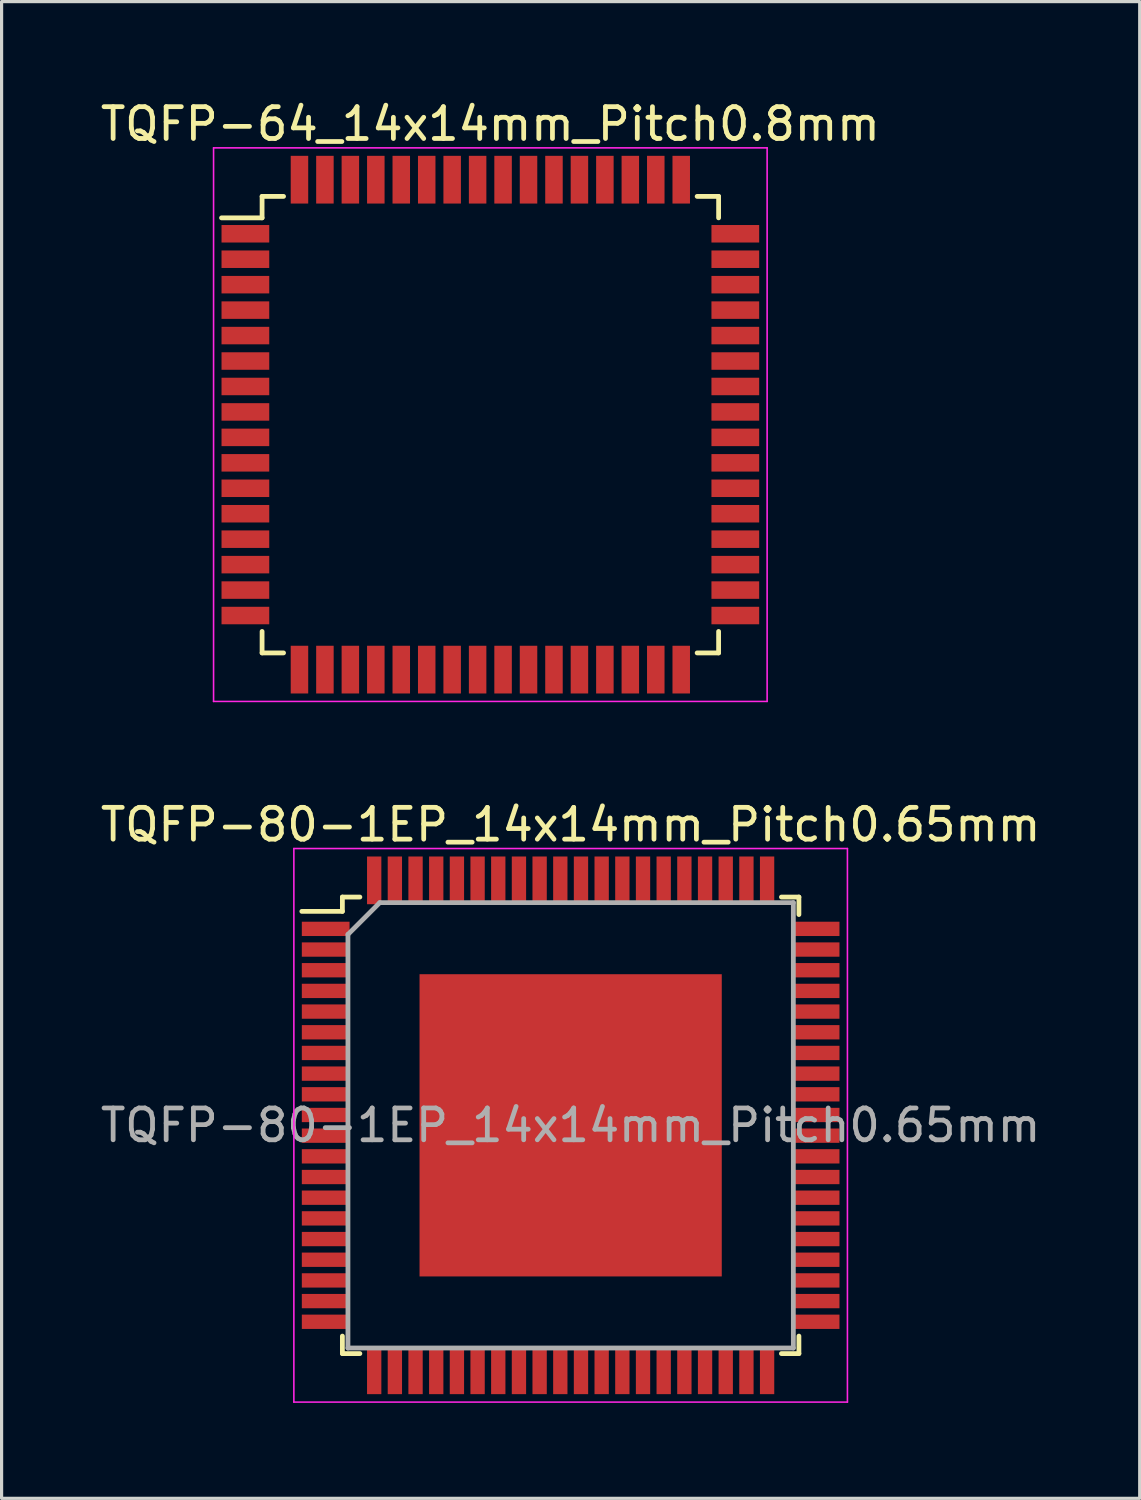
<source format=kicad_pcb>
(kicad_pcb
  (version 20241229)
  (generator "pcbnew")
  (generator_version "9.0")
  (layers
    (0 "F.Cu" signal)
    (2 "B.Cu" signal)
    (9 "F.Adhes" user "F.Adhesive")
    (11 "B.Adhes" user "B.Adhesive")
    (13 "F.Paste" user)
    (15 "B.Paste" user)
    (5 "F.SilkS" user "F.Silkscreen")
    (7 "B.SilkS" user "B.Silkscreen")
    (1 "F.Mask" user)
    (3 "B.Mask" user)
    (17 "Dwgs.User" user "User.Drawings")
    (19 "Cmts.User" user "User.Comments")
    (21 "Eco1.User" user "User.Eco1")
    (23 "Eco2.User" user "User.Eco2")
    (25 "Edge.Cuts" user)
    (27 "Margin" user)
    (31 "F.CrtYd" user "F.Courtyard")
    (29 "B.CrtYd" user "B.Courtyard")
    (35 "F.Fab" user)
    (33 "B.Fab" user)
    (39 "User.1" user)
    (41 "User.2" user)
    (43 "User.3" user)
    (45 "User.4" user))
  (footprint "TQFP-80-1EP_14x14mm_Pitch0.65mm"
    (layer "F.Cu")
    (at 14.887 32.322)
    (property "Reference" "TQFP-80-1EP_14x14mm_Pitch0.65mm" (at 0 -9.45 0) (layer "F.SilkS") (effects (font (size 1 1) (thickness 0.15))))
    (attr smd)
    (fp_line (start -7.175 -7.175) (end -7.175 -6.725) (stroke (width 0.15) (type solid)) (layer "F.SilkS"))
    (fp_line (start -7.175 -7.175) (end -6.625 -7.175) (stroke (width 0.15) (type solid)) (layer "F.SilkS"))
    (fp_line (start -7.175 -6.725) (end -8.45 -6.725) (stroke (width 0.15) (type solid)) (layer "F.SilkS"))
    (fp_line (start -7.175 7.175) (end -7.175 6.625) (stroke (width 0.15) (type solid)) (layer "F.SilkS"))
    (fp_line (start -7.175 7.175) (end -6.625 7.175) (stroke (width 0.15) (type solid)) (layer "F.SilkS"))
    (fp_line (start 7.175 -7.175) (end 6.625 -7.175) (stroke (width 0.15) (type solid)) (layer "F.SilkS"))
    (fp_line (start 7.175 -7.175) (end 7.175 -6.625) (stroke (width 0.15) (type solid)) (layer "F.SilkS"))
    (fp_line (start 7.175 7.175) (end 6.625 7.175) (stroke (width 0.15) (type solid)) (layer "F.SilkS"))
    (fp_line (start 7.175 7.175) (end 7.175 6.625) (stroke (width 0.15) (type solid)) (layer "F.SilkS"))
    (fp_line (start -8.7 -8.7) (end -8.7 8.7) (stroke (width 0.05) (type solid)) (layer "F.CrtYd"))
    (fp_line (start -8.7 -8.7) (end 8.7 -8.7) (stroke (width 0.05) (type solid)) (layer "F.CrtYd"))
    (fp_line (start -8.7 8.7) (end 8.7 8.7) (stroke (width 0.05) (type solid)) (layer "F.CrtYd"))
    (fp_line (start 8.7 -8.7) (end 8.7 8.7) (stroke (width 0.05) (type solid)) (layer "F.CrtYd"))
    (fp_line (start -7 -6) (end -6 -7) (stroke (width 0.15) (type solid)) (layer "F.Fab"))
    (fp_line (start -7 7) (end -7 -6) (stroke (width 0.15) (type solid)) (layer "F.Fab"))
    (fp_line (start -6 -7) (end 7 -7) (stroke (width 0.15) (type solid)) (layer "F.Fab"))
    (fp_line (start 7 -7) (end 7 7) (stroke (width 0.15) (type solid)) (layer "F.Fab"))
    (fp_line (start 7 7) (end -7 7) (stroke (width 0.15) (type solid)) (layer "F.Fab"))
    (fp_text user "${REFERENCE}" (at 0 0 0) (layer "F.Fab") (effects (font (size 1 1) (thickness 0.15))))
    (pad "" smd rect (at -2.375 -2.375) (size 3.8 3.8) (layers "F.Paste"))
    (pad "" smd rect (at -2.375 2.375) (size 3.8 3.8) (layers "F.Paste"))
    (pad "" smd rect (at 2.375 -2.375) (size 3.8 3.8) (layers "F.Paste"))
    (pad "" smd rect (at 2.375 2.375) (size 3.8 3.8) (layers "F.Paste"))
    (pad "1" smd rect (at -7.7 -6.175) (size 1.5 0.45) (layers "F.Cu" "F.Mask" "F.Paste"))
    (pad "2" smd rect (at -7.7 -5.525) (size 1.5 0.45) (layers "F.Cu" "F.Mask" "F.Paste"))
    (pad "3" smd rect (at -7.7 -4.875) (size 1.5 0.45) (layers "F.Cu" "F.Mask" "F.Paste"))
    (pad "4" smd rect (at -7.7 -4.225) (size 1.5 0.45) (layers "F.Cu" "F.Mask" "F.Paste"))
    (pad "5" smd rect (at -7.7 -3.575) (size 1.5 0.45) (layers "F.Cu" "F.Mask" "F.Paste"))
    (pad "6" smd rect (at -7.7 -2.925) (size 1.5 0.45) (layers "F.Cu" "F.Mask" "F.Paste"))
    (pad "7" smd rect (at -7.7 -2.275) (size 1.5 0.45) (layers "F.Cu" "F.Mask" "F.Paste"))
    (pad "8" smd rect (at -7.7 -1.625) (size 1.5 0.45) (layers "F.Cu" "F.Mask" "F.Paste"))
    (pad "9" smd rect (at -7.7 -0.975) (size 1.5 0.45) (layers "F.Cu" "F.Mask" "F.Paste"))
    (pad "10" smd rect (at -7.7 -0.325) (size 1.5 0.45) (layers "F.Cu" "F.Mask" "F.Paste"))
    (pad "11" smd rect (at -7.7 0.325) (size 1.5 0.45) (layers "F.Cu" "F.Mask" "F.Paste"))
    (pad "12" smd rect (at -7.7 0.975) (size 1.5 0.45) (layers "F.Cu" "F.Mask" "F.Paste"))
    (pad "13" smd rect (at -7.7 1.625) (size 1.5 0.45) (layers "F.Cu" "F.Mask" "F.Paste"))
    (pad "14" smd rect (at -7.7 2.275) (size 1.5 0.45) (layers "F.Cu" "F.Mask" "F.Paste"))
    (pad "15" smd rect (at -7.7 2.925) (size 1.5 0.45) (layers "F.Cu" "F.Mask" "F.Paste"))
    (pad "16" smd rect (at -7.7 3.575) (size 1.5 0.45) (layers "F.Cu" "F.Mask" "F.Paste"))
    (pad "17" smd rect (at -7.7 4.225) (size 1.5 0.45) (layers "F.Cu" "F.Mask" "F.Paste"))
    (pad "18" smd rect (at -7.7 4.875) (size 1.5 0.45) (layers "F.Cu" "F.Mask" "F.Paste"))
    (pad "19" smd rect (at -7.7 5.525) (size 1.5 0.45) (layers "F.Cu" "F.Mask" "F.Paste"))
    (pad "20" smd rect (at -7.7 6.175) (size 1.5 0.45) (layers "F.Cu" "F.Mask" "F.Paste"))
    (pad "21" smd rect (at -6.175 7.7 90) (size 1.5 0.45) (layers "F.Cu" "F.Mask" "F.Paste"))
    (pad "22" smd rect (at -5.525 7.7 90) (size 1.5 0.45) (layers "F.Cu" "F.Mask" "F.Paste"))
    (pad "23" smd rect (at -4.875 7.7 90) (size 1.5 0.45) (layers "F.Cu" "F.Mask" "F.Paste"))
    (pad "24" smd rect (at -4.225 7.7 90) (size 1.5 0.45) (layers "F.Cu" "F.Mask" "F.Paste"))
    (pad "25" smd rect (at -3.575 7.7 90) (size 1.5 0.45) (layers "F.Cu" "F.Mask" "F.Paste"))
    (pad "26" smd rect (at -2.925 7.7 90) (size 1.5 0.45) (layers "F.Cu" "F.Mask" "F.Paste"))
    (pad "27" smd rect (at -2.275 7.7 90) (size 1.5 0.45) (layers "F.Cu" "F.Mask" "F.Paste"))
    (pad "28" smd rect (at -1.625 7.7 90) (size 1.5 0.45) (layers "F.Cu" "F.Mask" "F.Paste"))
    (pad "29" smd rect (at -0.975 7.7 90) (size 1.5 0.45) (layers "F.Cu" "F.Mask" "F.Paste"))
    (pad "30" smd rect (at -0.325 7.7 90) (size 1.5 0.45) (layers "F.Cu" "F.Mask" "F.Paste"))
    (pad "31" smd rect (at 0.325 7.7 90) (size 1.5 0.45) (layers "F.Cu" "F.Mask" "F.Paste"))
    (pad "32" smd rect (at 0.975 7.7 90) (size 1.5 0.45) (layers "F.Cu" "F.Mask" "F.Paste"))
    (pad "33" smd rect (at 1.625 7.7 90) (size 1.5 0.45) (layers "F.Cu" "F.Mask" "F.Paste"))
    (pad "34" smd rect (at 2.275 7.7 90) (size 1.5 0.45) (layers "F.Cu" "F.Mask" "F.Paste"))
    (pad "35" smd rect (at 2.925 7.7 90) (size 1.5 0.45) (layers "F.Cu" "F.Mask" "F.Paste"))
    (pad "36" smd rect (at 3.575 7.7 90) (size 1.5 0.45) (layers "F.Cu" "F.Mask" "F.Paste"))
    (pad "37" smd rect (at 4.225 7.7 90) (size 1.5 0.45) (layers "F.Cu" "F.Mask" "F.Paste"))
    (pad "38" smd rect (at 4.875 7.7 90) (size 1.5 0.45) (layers "F.Cu" "F.Mask" "F.Paste"))
    (pad "39" smd rect (at 5.525 7.7 90) (size 1.5 0.45) (layers "F.Cu" "F.Mask" "F.Paste"))
    (pad "40" smd rect (at 6.175 7.7 90) (size 1.5 0.45) (layers "F.Cu" "F.Mask" "F.Paste"))
    (pad "41" smd rect (at 7.7 6.175) (size 1.5 0.45) (layers "F.Cu" "F.Mask" "F.Paste"))
    (pad "42" smd rect (at 7.7 5.525) (size 1.5 0.45) (layers "F.Cu" "F.Mask" "F.Paste"))
    (pad "43" smd rect (at 7.7 4.875) (size 1.5 0.45) (layers "F.Cu" "F.Mask" "F.Paste"))
    (pad "44" smd rect (at 7.7 4.225) (size 1.5 0.45) (layers "F.Cu" "F.Mask" "F.Paste"))
    (pad "45" smd rect (at 7.7 3.575) (size 1.5 0.45) (layers "F.Cu" "F.Mask" "F.Paste"))
    (pad "46" smd rect (at 7.7 2.925) (size 1.5 0.45) (layers "F.Cu" "F.Mask" "F.Paste"))
    (pad "47" smd rect (at 7.7 2.275) (size 1.5 0.45) (layers "F.Cu" "F.Mask" "F.Paste"))
    (pad "48" smd rect (at 7.7 1.625) (size 1.5 0.45) (layers "F.Cu" "F.Mask" "F.Paste"))
    (pad "49" smd rect (at 7.7 0.975) (size 1.5 0.45) (layers "F.Cu" "F.Mask" "F.Paste"))
    (pad "50" smd rect (at 7.7 0.325) (size 1.5 0.45) (layers "F.Cu" "F.Mask" "F.Paste"))
    (pad "51" smd rect (at 7.7 -0.325) (size 1.5 0.45) (layers "F.Cu" "F.Mask" "F.Paste"))
    (pad "52" smd rect (at 7.7 -0.975) (size 1.5 0.45) (layers "F.Cu" "F.Mask" "F.Paste"))
    (pad "53" smd rect (at 7.7 -1.625) (size 1.5 0.45) (layers "F.Cu" "F.Mask" "F.Paste"))
    (pad "54" smd rect (at 7.7 -2.275) (size 1.5 0.45) (layers "F.Cu" "F.Mask" "F.Paste"))
    (pad "55" smd rect (at 7.7 -2.925) (size 1.5 0.45) (layers "F.Cu" "F.Mask" "F.Paste"))
    (pad "56" smd rect (at 7.7 -3.575) (size 1.5 0.45) (layers "F.Cu" "F.Mask" "F.Paste"))
    (pad "57" smd rect (at 7.7 -4.225) (size 1.5 0.45) (layers "F.Cu" "F.Mask" "F.Paste"))
    (pad "58" smd rect (at 7.7 -4.875) (size 1.5 0.45) (layers "F.Cu" "F.Mask" "F.Paste"))
    (pad "59" smd rect (at 7.7 -5.525) (size 1.5 0.45) (layers "F.Cu" "F.Mask" "F.Paste"))
    (pad "60" smd rect (at 7.7 -6.175) (size 1.5 0.45) (layers "F.Cu" "F.Mask" "F.Paste"))
    (pad "61" smd rect (at 6.175 -7.7 90) (size 1.5 0.45) (layers "F.Cu" "F.Mask" "F.Paste"))
    (pad "62" smd rect (at 5.525 -7.7 90) (size 1.5 0.45) (layers "F.Cu" "F.Mask" "F.Paste"))
    (pad "63" smd rect (at 4.875 -7.7 90) (size 1.5 0.45) (layers "F.Cu" "F.Mask" "F.Paste"))
    (pad "64" smd rect (at 4.225 -7.7 90) (size 1.5 0.45) (layers "F.Cu" "F.Mask" "F.Paste"))
    (pad "65" smd rect (at 3.575 -7.7 90) (size 1.5 0.45) (layers "F.Cu" "F.Mask" "F.Paste"))
    (pad "66" smd rect (at 2.925 -7.7 90) (size 1.5 0.45) (layers "F.Cu" "F.Mask" "F.Paste"))
    (pad "67" smd rect (at 2.275 -7.7 90) (size 1.5 0.45) (layers "F.Cu" "F.Mask" "F.Paste"))
    (pad "68" smd rect (at 1.625 -7.7 90) (size 1.5 0.45) (layers "F.Cu" "F.Mask" "F.Paste"))
    (pad "69" smd rect (at 0.975 -7.7 90) (size 1.5 0.45) (layers "F.Cu" "F.Mask" "F.Paste"))
    (pad "70" smd rect (at 0.325 -7.7 90) (size 1.5 0.45) (layers "F.Cu" "F.Mask" "F.Paste"))
    (pad "71" smd rect (at -0.325 -7.7 90) (size 1.5 0.45) (layers "F.Cu" "F.Mask" "F.Paste"))
    (pad "72" smd rect (at -0.975 -7.7 90) (size 1.5 0.45) (layers "F.Cu" "F.Mask" "F.Paste"))
    (pad "73" smd rect (at -1.625 -7.7 90) (size 1.5 0.45) (layers "F.Cu" "F.Mask" "F.Paste"))
    (pad "74" smd rect (at -2.275 -7.7 90) (size 1.5 0.45) (layers "F.Cu" "F.Mask" "F.Paste"))
    (pad "75" smd rect (at -2.925 -7.7 90) (size 1.5 0.45) (layers "F.Cu" "F.Mask" "F.Paste"))
    (pad "76" smd rect (at -3.575 -7.7 90) (size 1.5 0.45) (layers "F.Cu" "F.Mask" "F.Paste"))
    (pad "77" smd rect (at -4.225 -7.7 90) (size 1.5 0.45) (layers "F.Cu" "F.Mask" "F.Paste"))
    (pad "78" smd rect (at -4.875 -7.7 90) (size 1.5 0.45) (layers "F.Cu" "F.Mask" "F.Paste"))
    (pad "79" smd rect (at -5.525 -7.7 90) (size 1.5 0.45) (layers "F.Cu" "F.Mask" "F.Paste"))
    (pad "80" smd rect (at -6.175 -7.7 90) (size 1.5 0.45) (layers "F.Cu" "F.Mask" "F.Paste"))
    (pad "81" smd rect (at 0 0) (size 9.5 9.5) (layers "F.Cu" "F.Mask")))
  (footprint "TQFP-64_14x14mm_Pitch0.8mm"
    (layer "F.Cu")
    (at 12.363 10.298)
    (property "Reference" "TQFP-64_14x14mm_Pitch0.8mm" (at 0 -9.45 0) (layer "F.SilkS") (effects (font (size 1 1) (thickness 0.15))))
    (attr smd)
    (fp_line (start -7.175 -7.175) (end -7.175 -6.5) (stroke (width 0.15) (type solid)) (layer "F.SilkS"))
    (fp_line (start -7.175 -7.175) (end -6.5 -7.175) (stroke (width 0.15) (type solid)) (layer "F.SilkS"))
    (fp_line (start -7.175 -6.5) (end -8.45 -6.5) (stroke (width 0.15) (type solid)) (layer "F.SilkS"))
    (fp_line (start -7.175 7.175) (end -7.175 6.5) (stroke (width 0.15) (type solid)) (layer "F.SilkS"))
    (fp_line (start -7.175 7.175) (end -6.5 7.175) (stroke (width 0.15) (type solid)) (layer "F.SilkS"))
    (fp_line (start 7.175 -7.175) (end 6.5 -7.175) (stroke (width 0.15) (type solid)) (layer "F.SilkS"))
    (fp_line (start 7.175 -7.175) (end 7.175 -6.5) (stroke (width 0.15) (type solid)) (layer "F.SilkS"))
    (fp_line (start 7.175 7.175) (end 6.5 7.175) (stroke (width 0.15) (type solid)) (layer "F.SilkS"))
    (fp_line (start 7.175 7.175) (end 7.175 6.5) (stroke (width 0.15) (type solid)) (layer "F.SilkS"))
    (fp_line (start -8.7 -8.7) (end -8.7 8.7) (stroke (width 0.05) (type solid)) (layer "F.CrtYd"))
    (fp_line (start -8.7 -8.7) (end 8.7 -8.7) (stroke (width 0.05) (type solid)) (layer "F.CrtYd"))
    (fp_line (start -8.7 8.7) (end 8.7 8.7) (stroke (width 0.05) (type solid)) (layer "F.CrtYd"))
    (fp_line (start 8.7 -8.7) (end 8.7 8.7) (stroke (width 0.05) (type solid)) (layer "F.CrtYd"))
    (pad "1" smd rect (at -7.7 -6) (size 1.5 0.55) (layers "F.Cu" "F.Mask" "F.Paste"))
    (pad "2" smd rect (at -7.7 -5.2) (size 1.5 0.55) (layers "F.Cu" "F.Mask" "F.Paste"))
    (pad "3" smd rect (at -7.7 -4.4) (size 1.5 0.55) (layers "F.Cu" "F.Mask" "F.Paste"))
    (pad "4" smd rect (at -7.7 -3.6) (size 1.5 0.55) (layers "F.Cu" "F.Mask" "F.Paste"))
    (pad "5" smd rect (at -7.7 -2.8) (size 1.5 0.55) (layers "F.Cu" "F.Mask" "F.Paste"))
    (pad "6" smd rect (at -7.7 -2) (size 1.5 0.55) (layers "F.Cu" "F.Mask" "F.Paste"))
    (pad "7" smd rect (at -7.7 -1.2) (size 1.5 0.55) (layers "F.Cu" "F.Mask" "F.Paste"))
    (pad "8" smd rect (at -7.7 -0.4) (size 1.5 0.55) (layers "F.Cu" "F.Mask" "F.Paste"))
    (pad "9" smd rect (at -7.7 0.4) (size 1.5 0.55) (layers "F.Cu" "F.Mask" "F.Paste"))
    (pad "10" smd rect (at -7.7 1.2) (size 1.5 0.55) (layers "F.Cu" "F.Mask" "F.Paste"))
    (pad "11" smd rect (at -7.7 2) (size 1.5 0.55) (layers "F.Cu" "F.Mask" "F.Paste"))
    (pad "12" smd rect (at -7.7 2.8) (size 1.5 0.55) (layers "F.Cu" "F.Mask" "F.Paste"))
    (pad "13" smd rect (at -7.7 3.6) (size 1.5 0.55) (layers "F.Cu" "F.Mask" "F.Paste"))
    (pad "14" smd rect (at -7.7 4.4) (size 1.5 0.55) (layers "F.Cu" "F.Mask" "F.Paste"))
    (pad "15" smd rect (at -7.7 5.2) (size 1.5 0.55) (layers "F.Cu" "F.Mask" "F.Paste"))
    (pad "16" smd rect (at -7.7 6) (size 1.5 0.55) (layers "F.Cu" "F.Mask" "F.Paste"))
    (pad "17" smd rect (at -6 7.7 90) (size 1.5 0.55) (layers "F.Cu" "F.Mask" "F.Paste"))
    (pad "18" smd rect (at -5.2 7.7 90) (size 1.5 0.55) (layers "F.Cu" "F.Mask" "F.Paste"))
    (pad "19" smd rect (at -4.4 7.7 90) (size 1.5 0.55) (layers "F.Cu" "F.Mask" "F.Paste"))
    (pad "20" smd rect (at -3.6 7.7 90) (size 1.5 0.55) (layers "F.Cu" "F.Mask" "F.Paste"))
    (pad "21" smd rect (at -2.8 7.7 90) (size 1.5 0.55) (layers "F.Cu" "F.Mask" "F.Paste"))
    (pad "22" smd rect (at -2 7.7 90) (size 1.5 0.55) (layers "F.Cu" "F.Mask" "F.Paste"))
    (pad "23" smd rect (at -1.2 7.7 90) (size 1.5 0.55) (layers "F.Cu" "F.Mask" "F.Paste"))
    (pad "24" smd rect (at -0.4 7.7 90) (size 1.5 0.55) (layers "F.Cu" "F.Mask" "F.Paste"))
    (pad "25" smd rect (at 0.4 7.7 90) (size 1.5 0.55) (layers "F.Cu" "F.Mask" "F.Paste"))
    (pad "26" smd rect (at 1.2 7.7 90) (size 1.5 0.55) (layers "F.Cu" "F.Mask" "F.Paste"))
    (pad "27" smd rect (at 2 7.7 90) (size 1.5 0.55) (layers "F.Cu" "F.Mask" "F.Paste"))
    (pad "28" smd rect (at 2.8 7.7 90) (size 1.5 0.55) (layers "F.Cu" "F.Mask" "F.Paste"))
    (pad "29" smd rect (at 3.6 7.7 90) (size 1.5 0.55) (layers "F.Cu" "F.Mask" "F.Paste"))
    (pad "30" smd rect (at 4.4 7.7 90) (size 1.5 0.55) (layers "F.Cu" "F.Mask" "F.Paste"))
    (pad "31" smd rect (at 5.2 7.7 90) (size 1.5 0.55) (layers "F.Cu" "F.Mask" "F.Paste"))
    (pad "32" smd rect (at 6 7.7 90) (size 1.5 0.55) (layers "F.Cu" "F.Mask" "F.Paste"))
    (pad "33" smd rect (at 7.7 6) (size 1.5 0.55) (layers "F.Cu" "F.Mask" "F.Paste"))
    (pad "34" smd rect (at 7.7 5.2) (size 1.5 0.55) (layers "F.Cu" "F.Mask" "F.Paste"))
    (pad "35" smd rect (at 7.7 4.4) (size 1.5 0.55) (layers "F.Cu" "F.Mask" "F.Paste"))
    (pad "36" smd rect (at 7.7 3.6) (size 1.5 0.55) (layers "F.Cu" "F.Mask" "F.Paste"))
    (pad "37" smd rect (at 7.7 2.8) (size 1.5 0.55) (layers "F.Cu" "F.Mask" "F.Paste"))
    (pad "38" smd rect (at 7.7 2) (size 1.5 0.55) (layers "F.Cu" "F.Mask" "F.Paste"))
    (pad "39" smd rect (at 7.7 1.2) (size 1.5 0.55) (layers "F.Cu" "F.Mask" "F.Paste"))
    (pad "40" smd rect (at 7.7 0.4) (size 1.5 0.55) (layers "F.Cu" "F.Mask" "F.Paste"))
    (pad "41" smd rect (at 7.7 -0.4) (size 1.5 0.55) (layers "F.Cu" "F.Mask" "F.Paste"))
    (pad "42" smd rect (at 7.7 -1.2) (size 1.5 0.55) (layers "F.Cu" "F.Mask" "F.Paste"))
    (pad "43" smd rect (at 7.7 -2) (size 1.5 0.55) (layers "F.Cu" "F.Mask" "F.Paste"))
    (pad "44" smd rect (at 7.7 -2.8) (size 1.5 0.55) (layers "F.Cu" "F.Mask" "F.Paste"))
    (pad "45" smd rect (at 7.7 -3.6) (size 1.5 0.55) (layers "F.Cu" "F.Mask" "F.Paste"))
    (pad "46" smd rect (at 7.7 -4.4) (size 1.5 0.55) (layers "F.Cu" "F.Mask" "F.Paste"))
    (pad "47" smd rect (at 7.7 -5.2) (size 1.5 0.55) (layers "F.Cu" "F.Mask" "F.Paste"))
    (pad "48" smd rect (at 7.7 -6) (size 1.5 0.55) (layers "F.Cu" "F.Mask" "F.Paste"))
    (pad "49" smd rect (at 6 -7.7 90) (size 1.5 0.55) (layers "F.Cu" "F.Mask" "F.Paste"))
    (pad "50" smd rect (at 5.2 -7.7 90) (size 1.5 0.55) (layers "F.Cu" "F.Mask" "F.Paste"))
    (pad "51" smd rect (at 4.4 -7.7 90) (size 1.5 0.55) (layers "F.Cu" "F.Mask" "F.Paste"))
    (pad "52" smd rect (at 3.6 -7.7 90) (size 1.5 0.55) (layers "F.Cu" "F.Mask" "F.Paste"))
    (pad "53" smd rect (at 2.8 -7.7 90) (size 1.5 0.55) (layers "F.Cu" "F.Mask" "F.Paste"))
    (pad "54" smd rect (at 2 -7.7 90) (size 1.5 0.55) (layers "F.Cu" "F.Mask" "F.Paste"))
    (pad "55" smd rect (at 1.2 -7.7 90) (size 1.5 0.55) (layers "F.Cu" "F.Mask" "F.Paste"))
    (pad "56" smd rect (at 0.4 -7.7 90) (size 1.5 0.55) (layers "F.Cu" "F.Mask" "F.Paste"))
    (pad "57" smd rect (at -0.4 -7.7 90) (size 1.5 0.55) (layers "F.Cu" "F.Mask" "F.Paste"))
    (pad "58" smd rect (at -1.2 -7.7 90) (size 1.5 0.55) (layers "F.Cu" "F.Mask" "F.Paste"))
    (pad "59" smd rect (at -2 -7.7 90) (size 1.5 0.55) (layers "F.Cu" "F.Mask" "F.Paste"))
    (pad "60" smd rect (at -2.8 -7.7 90) (size 1.5 0.55) (layers "F.Cu" "F.Mask" "F.Paste"))
    (pad "61" smd rect (at -3.6 -7.7 90) (size 1.5 0.55) (layers "F.Cu" "F.Mask" "F.Paste"))
    (pad "62" smd rect (at -4.4 -7.7 90) (size 1.5 0.55) (layers "F.Cu" "F.Mask" "F.Paste"))
    (pad "63" smd rect (at -5.2 -7.7 90) (size 1.5 0.55) (layers "F.Cu" "F.Mask" "F.Paste"))
    (pad "64" smd rect (at -6 -7.7 90) (size 1.5 0.55) (layers "F.Cu" "F.Mask" "F.Paste")))
  (gr_rect
    (start -3 -3)
    (end 32.774 44.047)
    (stroke (width 0.1) (type default))
    (fill no)
    (layer "Edge.Cuts")))
</source>
